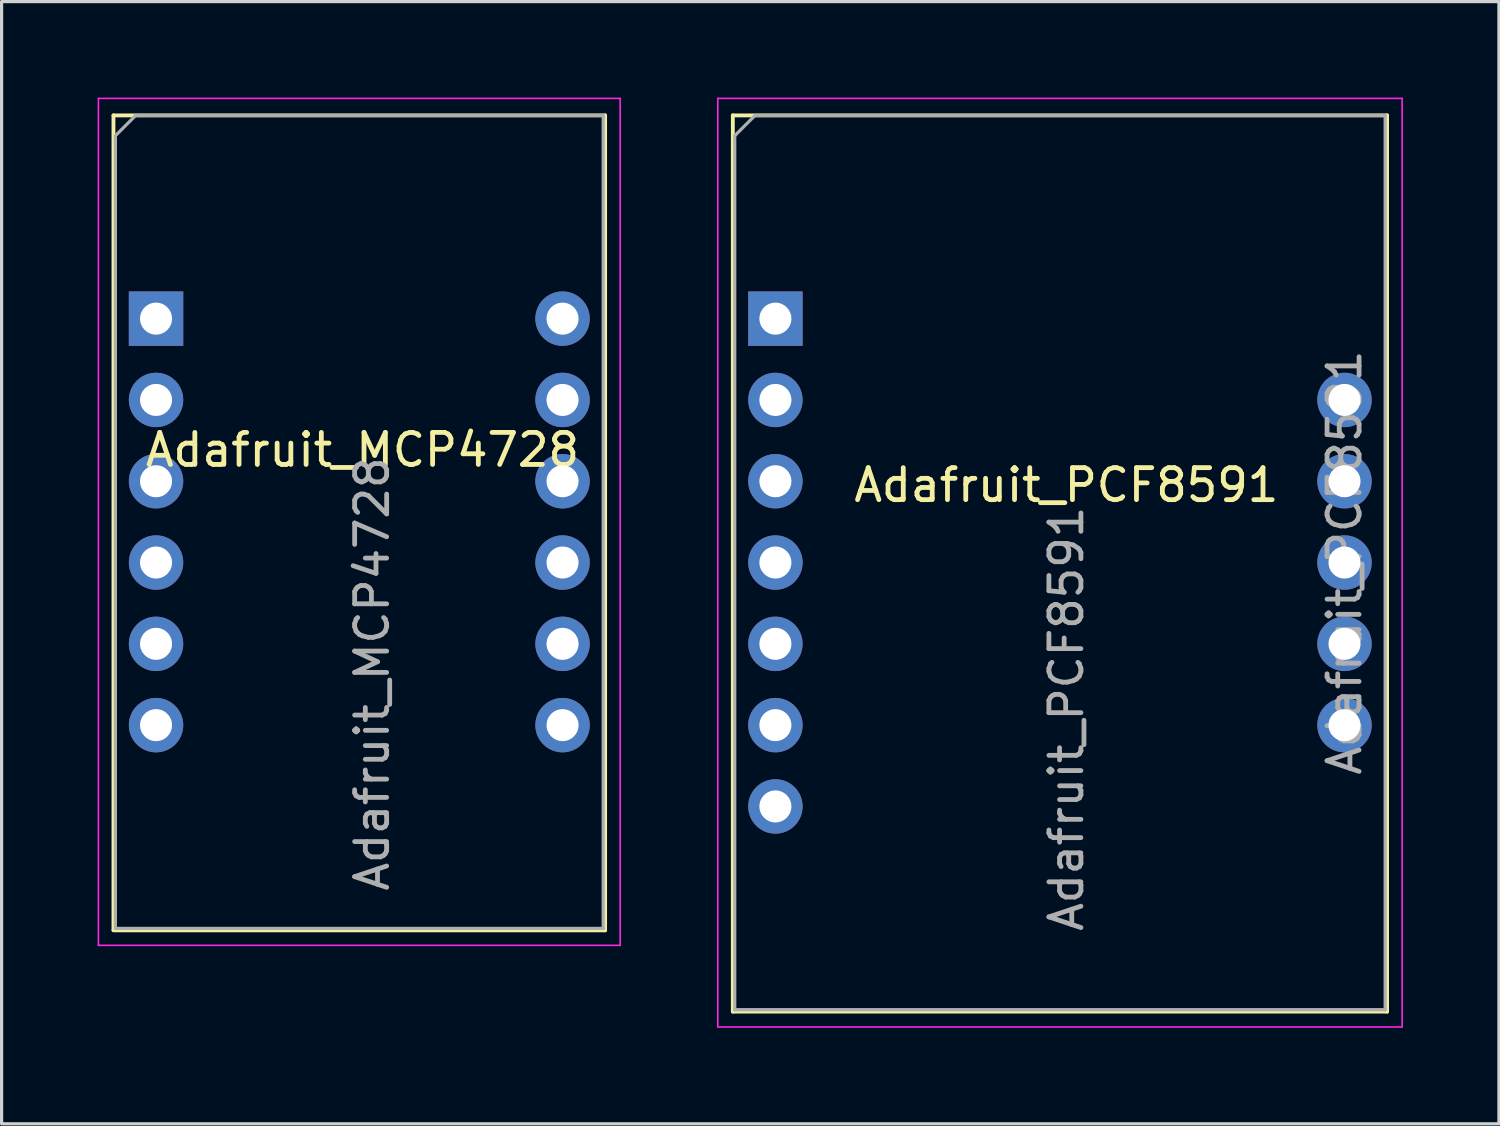
<source format=kicad_pcb>
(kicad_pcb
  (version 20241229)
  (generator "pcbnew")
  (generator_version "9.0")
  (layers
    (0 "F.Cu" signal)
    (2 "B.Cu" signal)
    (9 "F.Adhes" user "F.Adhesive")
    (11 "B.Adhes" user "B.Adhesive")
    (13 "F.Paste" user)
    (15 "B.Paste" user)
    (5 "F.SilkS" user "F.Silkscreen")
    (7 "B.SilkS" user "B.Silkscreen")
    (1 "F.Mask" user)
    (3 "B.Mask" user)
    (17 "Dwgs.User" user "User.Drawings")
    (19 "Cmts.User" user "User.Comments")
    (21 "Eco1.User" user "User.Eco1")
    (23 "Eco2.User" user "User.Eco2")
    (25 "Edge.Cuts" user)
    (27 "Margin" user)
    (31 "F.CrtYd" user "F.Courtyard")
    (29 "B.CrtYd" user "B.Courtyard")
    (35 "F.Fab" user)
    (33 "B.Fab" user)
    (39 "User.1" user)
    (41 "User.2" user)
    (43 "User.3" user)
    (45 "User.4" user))
  (footprint "Adafruit_PCF8591"
    (layer "F.Cu")
    (at 30.065 6.905)
    (property "Reference" "Adafruit_PCF8591" (at 0.2 5.2 0) (layer "F.SilkS") (effects (font (size 1 1) (thickness 0.15))))
    (attr through_hole)
    (fp_line (start -10.22 -6.35) (end -10.22 21.65) (stroke (width 0.12) (type solid)) (layer "F.SilkS"))
    (fp_line (start -10.22 -6.35) (end 10.22 -6.35) (stroke (width 0.12) (type solid)) (layer "F.SilkS"))
    (fp_line (start -10.22 21.65) (end 10.22 21.65) (stroke (width 0.12) (type solid)) (layer "F.SilkS"))
    (fp_line (start 10.22 -6.35) (end 10.22 21.65) (stroke (width 0.12) (type solid)) (layer "F.SilkS"))
    (fp_line (start -10.69 -6.88) (end -10.69 22.13) (stroke (width 0.05) (type solid)) (layer "F.CrtYd"))
    (fp_line (start -10.69 22.13) (end 10.69 22.13) (stroke (width 0.05) (type solid)) (layer "F.CrtYd"))
    (fp_line (start 10.69 -6.88) (end -10.69 -6.88) (stroke (width 0.05) (type solid)) (layer "F.CrtYd"))
    (fp_line (start 10.69 22.13) (end 10.69 -6.88) (stroke (width 0.05) (type solid)) (layer "F.CrtYd"))
    (fp_line (start -10.16 -5.715) (end -9.525 -6.35) (stroke (width 0.1) (type solid)) (layer "F.Fab"))
    (fp_line (start -10.16 21.59) (end -10.16 -5.715) (stroke (width 0.1) (type solid)) (layer "F.Fab"))
    (fp_line (start -9.525 -6.35) (end 10.16 -6.35) (stroke (width 0.1) (type solid)) (layer "F.Fab"))
    (fp_line (start 10.16 -6.35) (end 10.16 21.59) (stroke (width 0.1) (type solid)) (layer "F.Fab"))
    (fp_line (start 10.16 21.59) (end -10.16 21.59) (stroke (width 0.1) (type solid)) (layer "F.Fab"))
    (fp_text user "${REFERENCE}" (at 0.2 12.5 90) (layer "F.Fab") (effects (font (size 1 1) (thickness 0.15))))
    (fp_text user "${REFERENCE}" (at 8.89 7.62 90) (layer "F.Fab") (effects (font (size 1 1) (thickness 0.15))))
    (pad "1" thru_hole rect (at -8.89 0) (size 1.7 1.7) (drill 1) (layers "*.Cu" "*.Mask"))
    (pad "2" thru_hole oval (at -8.89 2.54) (size 1.7 1.7) (drill 1) (layers "*.Cu" "*.Mask"))
    (pad "3" thru_hole oval (at -8.89 5.08) (size 1.7 1.7) (drill 1) (layers "*.Cu" "*.Mask"))
    (pad "4" thru_hole oval (at -8.89 7.62) (size 1.7 1.7) (drill 1) (layers "*.Cu" "*.Mask"))
    (pad "5" thru_hole oval (at -8.89 10.16) (size 1.7 1.7) (drill 1) (layers "*.Cu" "*.Mask"))
    (pad "6" thru_hole oval (at -8.89 12.7) (size 1.7 1.7) (drill 1) (layers "*.Cu" "*.Mask"))
    (pad "7" thru_hole oval (at -8.89 15.24) (size 1.7 1.7) (drill 1) (layers "*.Cu" "*.Mask"))
    (pad "8" thru_hole oval (at 8.89 12.7) (size 1.7 1.7) (drill 1) (layers "*.Cu" "*.Mask"))
    (pad "9" thru_hole oval (at 8.89 10.16) (size 1.7 1.7) (drill 1) (layers "*.Cu" "*.Mask"))
    (pad "10" thru_hole oval (at 8.89 7.62) (size 1.7 1.7) (drill 1) (layers "*.Cu" "*.Mask"))
    (pad "11" thru_hole oval (at 8.89 5.08) (size 1.7 1.7) (drill 1) (layers "*.Cu" "*.Mask"))
    (pad "12" thru_hole oval (at 8.89 2.54) (size 1.7 1.7) (drill 1) (layers "*.Cu" "*.Mask")))
  (footprint "Adafruit_MCP4728"
    (layer "F.Cu")
    (at 8.175 6.905)
    (property "Reference" "Adafruit_MCP4728" (at 0.1 4.1 0) (layer "F.SilkS") (effects (font (size 1 1) (thickness 0.15))))
    (attr through_hole)
    (fp_line (start -7.68 -6.35) (end -7.68 19.1) (stroke (width 0.12) (type solid)) (layer "F.SilkS"))
    (fp_line (start -7.68 -6.35) (end 7.68 -6.35) (stroke (width 0.12) (type solid)) (layer "F.SilkS"))
    (fp_line (start -7.68 19.11) (end 7.68 19.11) (stroke (width 0.12) (type solid)) (layer "F.SilkS"))
    (fp_line (start 7.68 -6.35) (end 7.68 19.11) (stroke (width 0.12) (type solid)) (layer "F.SilkS"))
    (fp_line (start -8.15 -6.88) (end -8.15 19.58) (stroke (width 0.05) (type solid)) (layer "F.CrtYd"))
    (fp_line (start -8.15 19.58) (end 8.15 19.58) (stroke (width 0.05) (type solid)) (layer "F.CrtYd"))
    (fp_line (start 8.15 -6.88) (end -8.15 -6.88) (stroke (width 0.05) (type solid)) (layer "F.CrtYd"))
    (fp_line (start 8.15 19.58) (end 8.15 -6.88) (stroke (width 0.05) (type solid)) (layer "F.CrtYd"))
    (fp_line (start -7.62 -5.715) (end -6.985 -6.35) (stroke (width 0.1) (type solid)) (layer "F.Fab"))
    (fp_line (start -7.62 19.05) (end -7.62 -5.715) (stroke (width 0.1) (type solid)) (layer "F.Fab"))
    (fp_line (start -6.985 -6.35) (end 7.62 -6.35) (stroke (width 0.1) (type solid)) (layer "F.Fab"))
    (fp_line (start 7.62 -6.35) (end 7.62 19.05) (stroke (width 0.1) (type solid)) (layer "F.Fab"))
    (fp_line (start 7.62 19.05) (end -7.62 19.05) (stroke (width 0.1) (type solid)) (layer "F.Fab"))
    (fp_text user "${REFERENCE}" (at 0.4 11.1 90) (layer "F.Fab") (effects (font (size 1 1) (thickness 0.15))))
    (pad "1" thru_hole rect (at -6.35 0) (size 1.7 1.7) (drill 1) (layers "*.Cu" "*.Mask"))
    (pad "2" thru_hole oval (at -6.35 2.54) (size 1.7 1.7) (drill 1) (layers "*.Cu" "*.Mask"))
    (pad "3" thru_hole oval (at -6.35 5.08) (size 1.7 1.7) (drill 1) (layers "*.Cu" "*.Mask"))
    (pad "4" thru_hole oval (at -6.35 7.62) (size 1.7 1.7) (drill 1) (layers "*.Cu" "*.Mask"))
    (pad "5" thru_hole oval (at -6.35 10.16) (size 1.7 1.7) (drill 1) (layers "*.Cu" "*.Mask"))
    (pad "6" thru_hole oval (at -6.35 12.7) (size 1.7 1.7) (drill 1) (layers "*.Cu" "*.Mask"))
    (pad "7" thru_hole oval (at 6.35 12.7) (size 1.7 1.7) (drill 1) (layers "*.Cu" "*.Mask"))
    (pad "8" thru_hole oval (at 6.35 10.16) (size 1.7 1.7) (drill 1) (layers "*.Cu" "*.Mask"))
    (pad "9" thru_hole oval (at 6.35 7.62) (size 1.7 1.7) (drill 1) (layers "*.Cu" "*.Mask"))
    (pad "10" thru_hole oval (at 6.35 5.08) (size 1.7 1.7) (drill 1) (layers "*.Cu" "*.Mask"))
    (pad "11" thru_hole oval (at 6.35 2.54) (size 1.7 1.7) (drill 1) (layers "*.Cu" "*.Mask"))
    (pad "12" thru_hole circle (at 6.35 0) (size 1.7 1.7) (drill 1) (layers "*.Cu" "*.Mask")))
  (gr_rect
    (start -3 -3)
    (end 43.78 32.06)
    (stroke (width 0.1) (type default))
    (fill no)
    (layer "Edge.Cuts")))
</source>
